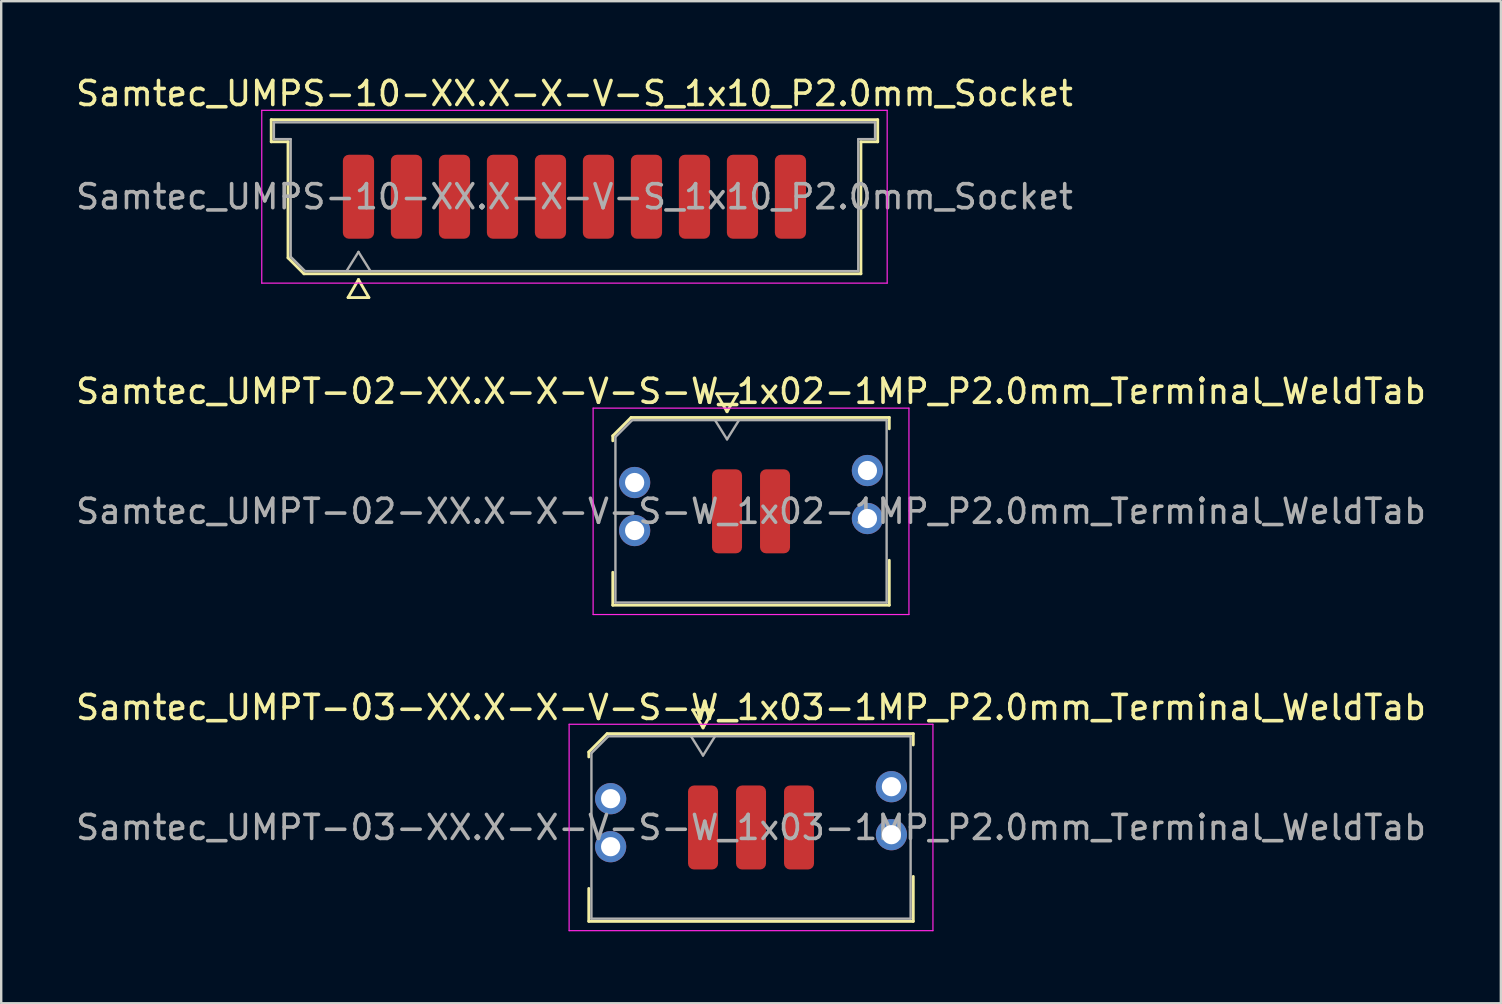
<source format=kicad_pcb>
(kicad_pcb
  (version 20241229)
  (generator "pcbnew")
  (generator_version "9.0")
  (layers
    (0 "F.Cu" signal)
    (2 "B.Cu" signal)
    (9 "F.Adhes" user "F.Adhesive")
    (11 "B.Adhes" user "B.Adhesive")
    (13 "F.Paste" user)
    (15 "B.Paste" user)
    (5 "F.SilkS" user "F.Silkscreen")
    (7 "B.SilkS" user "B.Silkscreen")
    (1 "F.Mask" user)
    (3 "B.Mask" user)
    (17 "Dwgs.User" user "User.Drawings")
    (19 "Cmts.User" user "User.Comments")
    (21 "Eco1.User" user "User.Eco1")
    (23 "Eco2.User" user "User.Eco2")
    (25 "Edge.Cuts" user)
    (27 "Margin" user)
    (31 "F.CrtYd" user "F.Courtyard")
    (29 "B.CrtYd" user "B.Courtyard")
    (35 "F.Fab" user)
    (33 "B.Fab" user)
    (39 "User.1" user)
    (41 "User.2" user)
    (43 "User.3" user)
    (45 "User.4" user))
  (footprint "Samtec_UMPT-03-XX.X-X-V-S-W_1x03-1MP_P2.0mm_Terminal_WeldTab"
    (layer "F.Cu")
    (at 28.244 31.43)
    (property "Reference" "Samtec_UMPT-03-XX.X-X-V-S-W_1x03-1MP_P2.0mm_Terminal_WeldTab" (at 0 -5 0) (layer "F.SilkS") (effects (font (size 1 1) (thickness 0.15))))
    (attr smd)
    (fp_line (start -6.76 -3.146) (end -5.996 -3.91) (stroke (width 0.12) (type solid)) (layer "F.SilkS"))
    (fp_line (start -6.76 -2.94) (end -6.76 -3.146) (stroke (width 0.12) (type solid)) (layer "F.SilkS"))
    (fp_line (start -6.76 3.91) (end -6.76 2.54) (stroke (width 0.12) (type solid)) (layer "F.SilkS"))
    (fp_line (start -5.996 -3.91) (end 6.76 -3.91) (stroke (width 0.12) (type solid)) (layer "F.SilkS"))
    (fp_line (start -2.433 -4.9) (end -2 -4.15) (stroke (width 0.12) (type solid)) (layer "F.SilkS"))
    (fp_line (start -2 -4.15) (end -1.567 -4.9) (stroke (width 0.12) (type solid)) (layer "F.SilkS"))
    (fp_line (start -1.567 -4.9) (end -2.433 -4.9) (stroke (width 0.12) (type solid)) (layer "F.SilkS"))
    (fp_line (start 6.76 -3.91) (end 6.76 -3.44) (stroke (width 0.12) (type solid)) (layer "F.SilkS"))
    (fp_line (start 6.76 2.04) (end 6.76 3.91) (stroke (width 0.12) (type solid)) (layer "F.SilkS"))
    (fp_line (start 6.76 3.91) (end -6.76 3.91) (stroke (width 0.12) (type solid)) (layer "F.SilkS"))
    (fp_line (start -7.58 -4.3) (end -7.58 4.3) (stroke (width 0.05) (type solid)) (layer "F.CrtYd"))
    (fp_line (start -7.58 4.3) (end 7.58 4.3) (stroke (width 0.05) (type solid)) (layer "F.CrtYd"))
    (fp_line (start 7.58 -4.3) (end -7.58 -4.3) (stroke (width 0.05) (type solid)) (layer "F.CrtYd"))
    (fp_line (start 7.58 4.3) (end 7.58 -4.3) (stroke (width 0.05) (type solid)) (layer "F.CrtYd"))
    (fp_line (start -6.65 -3.1) (end -5.95 -3.8) (stroke (width 0.1) (type solid)) (layer "F.Fab"))
    (fp_line (start -6.65 3.8) (end -6.65 -3.1) (stroke (width 0.1) (type solid)) (layer "F.Fab"))
    (fp_line (start -5.95 -3.8) (end 6.65 -3.8) (stroke (width 0.1) (type solid)) (layer "F.Fab"))
    (fp_line (start -2.5 -3.8) (end -2 -3) (stroke (width 0.1) (type solid)) (layer "F.Fab"))
    (fp_line (start -2 -3) (end -1.5 -3.8) (stroke (width 0.1) (type solid)) (layer "F.Fab"))
    (fp_line (start 6.65 -3.8) (end 6.65 3.8) (stroke (width 0.1) (type solid)) (layer "F.Fab"))
    (fp_line (start 6.65 3.8) (end -6.65 3.8) (stroke (width 0.1) (type solid)) (layer "F.Fab"))
    (fp_text user "${REFERENCE}" (at 0 0 0) (layer "F.Fab") (effects (font (size 1 1) (thickness 0.15))))
    (pad "" smd rect (at -5.85 -1.54) (size 2.45 2.28) (layers "F.Paste"))
    (pad "" smd rect (at -5.85 1.14) (size 2.45 2.28) (layers "F.Paste"))
    (pad "" smd rect (at 5.85 -2.04) (size 2.45 2.28) (layers "F.Paste"))
    (pad "" smd rect (at 5.85 0.64) (size 2.45 2.28) (layers "F.Paste"))
    (pad "1" smd roundrect (at -2 0) (size 1.25 3.5) (layers "F.Cu" "F.Mask" "F.Paste") (roundrect_rratio 0.2))
    (pad "2" smd roundrect (at 0 0) (size 1.25 3.5) (layers "F.Cu" "F.Mask" "F.Paste") (roundrect_rratio 0.2))
    (pad "3" smd roundrect (at 2 0) (size 1.25 3.5) (layers "F.Cu" "F.Mask" "F.Paste") (roundrect_rratio 0.2))
    (pad "MP" thru_hole circle (at -5.85 -1.2) (size 1.3 1.3) (drill 0.8) (layers "*.Cu" "*.Mask"))
    (pad "MP" thru_hole circle (at -5.85 0.8) (size 1.3 1.3) (drill 0.8) (layers "*.Cu" "*.Mask"))
    (pad "MP" thru_hole circle (at 5.85 -1.7) (size 1.3 1.3) (drill 0.8) (layers "*.Cu" "*.Mask"))
    (pad "MP" thru_hole circle (at 5.85 0.3) (size 1.3 1.3) (drill 0.8) (layers "*.Cu" "*.Mask")))
  (footprint "Samtec_UMPT-02-XX.X-X-V-S-W_1x02-1MP_P2.0mm_Terminal_WeldTab"
    (layer "F.Cu")
    (at 28.244 18.256)
    (property "Reference" "Samtec_UMPT-02-XX.X-X-V-S-W_1x02-1MP_P2.0mm_Terminal_WeldTab" (at 0 -5 0) (layer "F.SilkS") (effects (font (size 1 1) (thickness 0.15))))
    (attr smd)
    (fp_line (start -5.76 -3.146) (end -4.996 -3.91) (stroke (width 0.12) (type solid)) (layer "F.SilkS"))
    (fp_line (start -5.76 -2.94) (end -5.76 -3.146) (stroke (width 0.12) (type solid)) (layer "F.SilkS"))
    (fp_line (start -5.76 3.91) (end -5.76 2.54) (stroke (width 0.12) (type solid)) (layer "F.SilkS"))
    (fp_line (start -4.996 -3.91) (end 5.76 -3.91) (stroke (width 0.12) (type solid)) (layer "F.SilkS"))
    (fp_line (start -1.433 -4.9) (end -1 -4.15) (stroke (width 0.12) (type solid)) (layer "F.SilkS"))
    (fp_line (start -1 -4.15) (end -0.567 -4.9) (stroke (width 0.12) (type solid)) (layer "F.SilkS"))
    (fp_line (start -0.567 -4.9) (end -1.433 -4.9) (stroke (width 0.12) (type solid)) (layer "F.SilkS"))
    (fp_line (start 5.76 -3.91) (end 5.76 -3.44) (stroke (width 0.12) (type solid)) (layer "F.SilkS"))
    (fp_line (start 5.76 2.04) (end 5.76 3.91) (stroke (width 0.12) (type solid)) (layer "F.SilkS"))
    (fp_line (start 5.76 3.91) (end -5.76 3.91) (stroke (width 0.12) (type solid)) (layer "F.SilkS"))
    (fp_line (start -6.58 -4.3) (end -6.58 4.3) (stroke (width 0.05) (type solid)) (layer "F.CrtYd"))
    (fp_line (start -6.58 4.3) (end 6.58 4.3) (stroke (width 0.05) (type solid)) (layer "F.CrtYd"))
    (fp_line (start 6.58 -4.3) (end -6.58 -4.3) (stroke (width 0.05) (type solid)) (layer "F.CrtYd"))
    (fp_line (start 6.58 4.3) (end 6.58 -4.3) (stroke (width 0.05) (type solid)) (layer "F.CrtYd"))
    (fp_line (start -5.65 -3.1) (end -4.95 -3.8) (stroke (width 0.1) (type solid)) (layer "F.Fab"))
    (fp_line (start -5.65 3.8) (end -5.65 -3.1) (stroke (width 0.1) (type solid)) (layer "F.Fab"))
    (fp_line (start -4.95 -3.8) (end 5.65 -3.8) (stroke (width 0.1) (type solid)) (layer "F.Fab"))
    (fp_line (start -1.5 -3.8) (end -1 -3) (stroke (width 0.1) (type solid)) (layer "F.Fab"))
    (fp_line (start -1 -3) (end -0.5 -3.8) (stroke (width 0.1) (type solid)) (layer "F.Fab"))
    (fp_line (start 5.65 -3.8) (end 5.65 3.8) (stroke (width 0.1) (type solid)) (layer "F.Fab"))
    (fp_line (start 5.65 3.8) (end -5.65 3.8) (stroke (width 0.1) (type solid)) (layer "F.Fab"))
    (fp_text user "${REFERENCE}" (at 0 0 0) (layer "F.Fab") (effects (font (size 1 1) (thickness 0.15))))
    (pad "" smd rect (at -4.85 -1.54) (size 2.45 2.28) (layers "F.Paste"))
    (pad "" smd rect (at -4.85 1.14) (size 2.45 2.28) (layers "F.Paste"))
    (pad "" smd rect (at 4.85 -2.04) (size 2.45 2.28) (layers "F.Paste"))
    (pad "" smd rect (at 4.85 0.64) (size 2.45 2.28) (layers "F.Paste"))
    (pad "1" smd roundrect (at -1 0) (size 1.25 3.5) (layers "F.Cu" "F.Mask" "F.Paste") (roundrect_rratio 0.2))
    (pad "2" smd roundrect (at 1 0) (size 1.25 3.5) (layers "F.Cu" "F.Mask" "F.Paste") (roundrect_rratio 0.2))
    (pad "MP" thru_hole circle (at -4.85 -1.2) (size 1.3 1.3) (drill 0.8) (layers "*.Cu" "*.Mask"))
    (pad "MP" thru_hole circle (at -4.85 0.8) (size 1.3 1.3) (drill 0.8) (layers "*.Cu" "*.Mask"))
    (pad "MP" thru_hole circle (at 4.85 -1.7) (size 1.3 1.3) (drill 0.8) (layers "*.Cu" "*.Mask"))
    (pad "MP" thru_hole circle (at 4.85 0.3) (size 1.3 1.3) (drill 0.8) (layers "*.Cu" "*.Mask")))
  (footprint "Samtec_UMPS-10-XX.X-X-V-S_1x10_P2.0mm_Socket"
    (layer "F.Cu")
    (at 20.887 5.148)
    (property "Reference" "Samtec_UMPS-10-XX.X-X-V-S_1x10_P2.0mm_Socket" (at 0 -4.3 0) (layer "F.SilkS") (effects (font (size 1 1) (thickness 0.15))))
    (attr smd)
    (fp_line (start -12.635 -3.21) (end 12.635 -3.21) (stroke (width 0.12) (type solid)) (layer "F.SilkS"))
    (fp_line (start -12.635 -2.29) (end -12.635 -3.21) (stroke (width 0.12) (type solid)) (layer "F.SilkS"))
    (fp_line (start -11.935 -2.29) (end -12.635 -2.29) (stroke (width 0.12) (type solid)) (layer "F.SilkS"))
    (fp_line (start -11.935 2.546) (end -11.935 -2.29) (stroke (width 0.12) (type solid)) (layer "F.SilkS"))
    (fp_line (start -11.271 3.21) (end -11.935 2.546) (stroke (width 0.12) (type solid)) (layer "F.SilkS"))
    (fp_line (start -9.433 4.2) (end -9 3.45) (stroke (width 0.12) (type solid)) (layer "F.SilkS"))
    (fp_line (start -9 3.45) (end -8.567 4.2) (stroke (width 0.12) (type solid)) (layer "F.SilkS"))
    (fp_line (start -8.567 4.2) (end -9.433 4.2) (stroke (width 0.12) (type solid)) (layer "F.SilkS"))
    (fp_line (start 11.935 -2.29) (end 11.935 3.21) (stroke (width 0.12) (type solid)) (layer "F.SilkS"))
    (fp_line (start 11.935 3.21) (end -11.271 3.21) (stroke (width 0.12) (type solid)) (layer "F.SilkS"))
    (fp_line (start 12.635 -3.21) (end 12.635 -2.29) (stroke (width 0.12) (type solid)) (layer "F.SilkS"))
    (fp_line (start 12.635 -2.29) (end 11.935 -2.29) (stroke (width 0.12) (type solid)) (layer "F.SilkS"))
    (fp_line (start -13.03 -3.6) (end -13.03 3.6) (stroke (width 0.05) (type solid)) (layer "F.CrtYd"))
    (fp_line (start -13.03 3.6) (end 13.03 3.6) (stroke (width 0.05) (type solid)) (layer "F.CrtYd"))
    (fp_line (start 13.03 -3.6) (end -13.03 -3.6) (stroke (width 0.05) (type solid)) (layer "F.CrtYd"))
    (fp_line (start 13.03 3.6) (end 13.03 -3.6) (stroke (width 0.05) (type solid)) (layer "F.CrtYd"))
    (fp_line (start -12.525 -3.1) (end 12.525 -3.1) (stroke (width 0.1) (type solid)) (layer "F.Fab"))
    (fp_line (start -12.525 -2.4) (end -12.525 -3.1) (stroke (width 0.1) (type solid)) (layer "F.Fab"))
    (fp_line (start -11.825 -2.4) (end -12.525 -2.4) (stroke (width 0.1) (type solid)) (layer "F.Fab"))
    (fp_line (start -11.825 2.5) (end -11.825 -2.4) (stroke (width 0.1) (type solid)) (layer "F.Fab"))
    (fp_line (start -11.225 3.1) (end -11.825 2.5) (stroke (width 0.1) (type solid)) (layer "F.Fab"))
    (fp_line (start -9.5 3.1) (end -9 2.3) (stroke (width 0.1) (type solid)) (layer "F.Fab"))
    (fp_line (start -9 2.3) (end -8.5 3.1) (stroke (width 0.1) (type solid)) (layer "F.Fab"))
    (fp_line (start 11.825 -2.4) (end 11.825 3.1) (stroke (width 0.1) (type solid)) (layer "F.Fab"))
    (fp_line (start 11.825 3.1) (end -11.225 3.1) (stroke (width 0.1) (type solid)) (layer "F.Fab"))
    (fp_line (start 12.525 -3.1) (end 12.525 -2.4) (stroke (width 0.1) (type solid)) (layer "F.Fab"))
    (fp_line (start 12.525 -2.4) (end 11.825 -2.4) (stroke (width 0.1) (type solid)) (layer "F.Fab"))
    (fp_text user "${REFERENCE}" (at 0 0 0) (layer "F.Fab") (effects (font (size 1 1) (thickness 0.15))))
    (pad "1" smd roundrect (at -9 0) (size 1.3 3.5) (layers "F.Cu" "F.Mask" "F.Paste") (roundrect_rratio 0.192))
    (pad "2" smd roundrect (at -7 0) (size 1.3 3.5) (layers "F.Cu" "F.Mask" "F.Paste") (roundrect_rratio 0.192))
    (pad "3" smd roundrect (at -5 0) (size 1.3 3.5) (layers "F.Cu" "F.Mask" "F.Paste") (roundrect_rratio 0.192))
    (pad "4" smd roundrect (at -3 0) (size 1.3 3.5) (layers "F.Cu" "F.Mask" "F.Paste") (roundrect_rratio 0.192))
    (pad "5" smd roundrect (at -1 0) (size 1.3 3.5) (layers "F.Cu" "F.Mask" "F.Paste") (roundrect_rratio 0.192))
    (pad "6" smd roundrect (at 1 0) (size 1.3 3.5) (layers "F.Cu" "F.Mask" "F.Paste") (roundrect_rratio 0.192))
    (pad "7" smd roundrect (at 3 0) (size 1.3 3.5) (layers "F.Cu" "F.Mask" "F.Paste") (roundrect_rratio 0.192))
    (pad "8" smd roundrect (at 5 0) (size 1.3 3.5) (layers "F.Cu" "F.Mask" "F.Paste") (roundrect_rratio 0.192))
    (pad "9" smd roundrect (at 7 0) (size 1.3 3.5) (layers "F.Cu" "F.Mask" "F.Paste") (roundrect_rratio 0.192))
    (pad "10" smd roundrect (at 9 0) (size 1.3 3.5) (layers "F.Cu" "F.Mask" "F.Paste") (roundrect_rratio 0.192)))
  (gr_rect
    (start -3 -3)
    (end 59.488 38.755)
    (stroke (width 0.1) (type default))
    (fill no)
    (layer "Edge.Cuts")))
</source>
